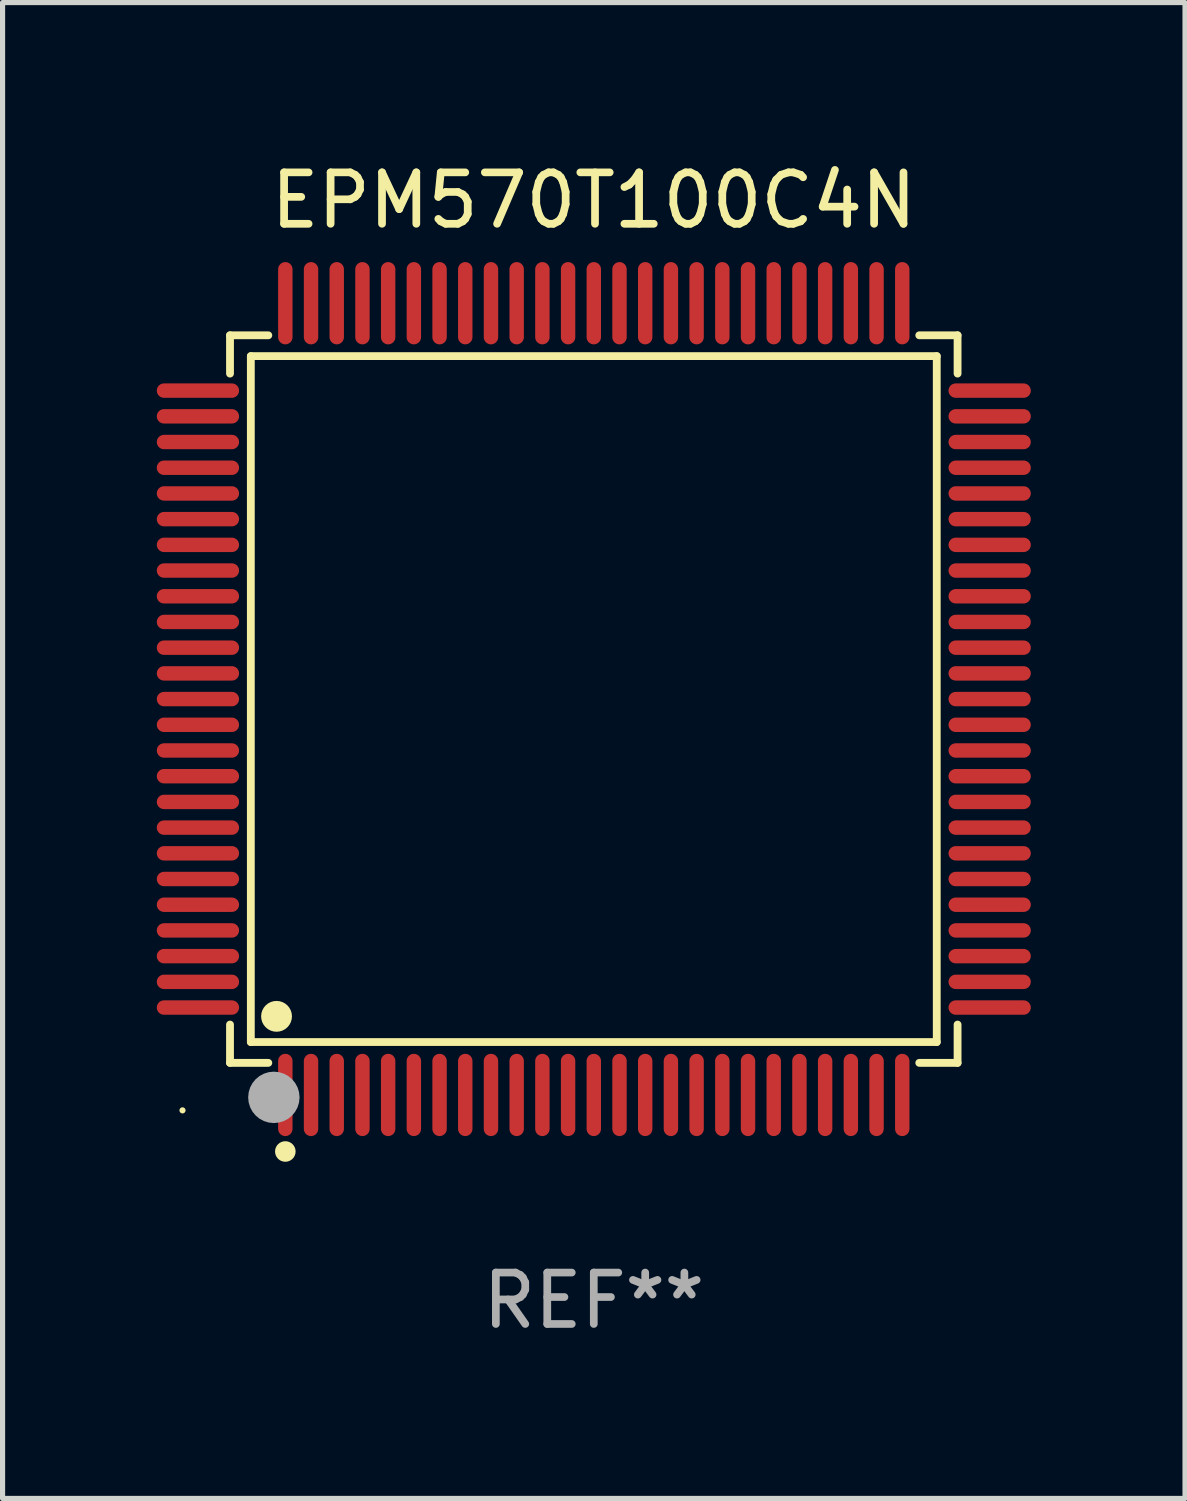
<source format=kicad_pcb>
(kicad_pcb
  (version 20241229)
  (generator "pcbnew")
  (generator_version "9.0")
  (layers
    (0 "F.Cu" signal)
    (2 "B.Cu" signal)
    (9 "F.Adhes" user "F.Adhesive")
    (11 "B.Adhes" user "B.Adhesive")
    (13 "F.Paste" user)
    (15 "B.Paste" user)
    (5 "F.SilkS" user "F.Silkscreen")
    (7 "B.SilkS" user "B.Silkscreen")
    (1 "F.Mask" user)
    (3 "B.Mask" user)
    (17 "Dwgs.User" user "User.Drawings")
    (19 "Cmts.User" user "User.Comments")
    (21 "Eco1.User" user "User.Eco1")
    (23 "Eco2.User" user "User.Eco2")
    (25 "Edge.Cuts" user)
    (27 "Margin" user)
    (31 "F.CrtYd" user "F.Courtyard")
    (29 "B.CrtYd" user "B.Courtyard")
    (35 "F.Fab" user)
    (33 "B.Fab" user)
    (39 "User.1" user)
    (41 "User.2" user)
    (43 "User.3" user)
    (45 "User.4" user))
  (footprint "EPM570T100C4N"
    (layer "F.Cu")
    (at 8.5 10.548)
    (property "Reference" "EPM570T100C4N" (at 0 -9.7 0) (layer "F.SilkS") (effects (font (size 1 1) (thickness 0.15))))
    (attr through_hole)
    (fp_line (start -7.076 -7.076) (end -6.331 -7.076) (stroke (width 0.152) (type solid)) (layer "F.SilkS"))
    (fp_line (start -7.076 -6.331) (end -7.076 -7.076) (stroke (width 0.152) (type solid)) (layer "F.SilkS"))
    (fp_line (start -7.076 6.331) (end -7.076 7.076) (stroke (width 0.152) (type solid)) (layer "F.SilkS"))
    (fp_line (start -7.076 7.076) (end -6.331 7.076) (stroke (width 0.152) (type solid)) (layer "F.SilkS"))
    (fp_line (start -6.671 -6.671) (end 6.671 -6.671) (stroke (width 0.152) (type solid)) (layer "F.SilkS"))
    (fp_line (start -6.671 6.671) (end -6.671 -6.671) (stroke (width 0.152) (type solid)) (layer "F.SilkS"))
    (fp_line (start 6.671 -6.671) (end 6.671 6.671) (stroke (width 0.152) (type solid)) (layer "F.SilkS"))
    (fp_line (start 6.671 6.671) (end -6.671 6.671) (stroke (width 0.152) (type solid)) (layer "F.SilkS"))
    (fp_line (start 7.076 -7.076) (end 6.331 -7.076) (stroke (width 0.152) (type solid)) (layer "F.SilkS"))
    (fp_line (start 7.076 -6.331) (end 7.076 -7.076) (stroke (width 0.152) (type solid)) (layer "F.SilkS"))
    (fp_line (start 7.076 6.331) (end 7.076 7.076) (stroke (width 0.152) (type solid)) (layer "F.SilkS"))
    (fp_line (start 7.076 7.076) (end 6.331 7.076) (stroke (width 0.152) (type solid)) (layer "F.SilkS"))
    (fp_circle (center -8 8) (end -7.97 8) (stroke (width 0.06) (type solid)) (fill no) (layer "F.SilkS"))
    (fp_circle (center -6.171 6.171) (end -6.021 6.171) (stroke (width 0.3) (type solid)) (fill no) (layer "F.SilkS"))
    (fp_circle (center -6 8.8) (end -5.9 8.8) (stroke (width 0.2) (type solid)) (fill no) (layer "F.SilkS"))
    (fp_circle (center -6.223 7.747) (end -5.973 7.747) (stroke (width 0.5) (type solid)) (fill no) (layer "F.Fab"))
    (fp_text user "REF**" (at 0 11.7 0) (layer "F.Fab") (effects (font (size 1 1) (thickness 0.15))))
    (pad "1" smd oval (at -6 7.7) (size 0.28 1.6) (layers "F.Cu" "F.Mask" "F.Paste"))
    (pad "2" smd oval (at -5.5 7.7) (size 0.28 1.6) (layers "F.Cu" "F.Mask" "F.Paste"))
    (pad "3" smd oval (at -5 7.7) (size 0.28 1.6) (layers "F.Cu" "F.Mask" "F.Paste"))
    (pad "4" smd oval (at -4.5 7.7) (size 0.28 1.6) (layers "F.Cu" "F.Mask" "F.Paste"))
    (pad "5" smd oval (at -4 7.7) (size 0.28 1.6) (layers "F.Cu" "F.Mask" "F.Paste"))
    (pad "6" smd oval (at -3.5 7.7) (size 0.28 1.6) (layers "F.Cu" "F.Mask" "F.Paste"))
    (pad "7" smd oval (at -3 7.7) (size 0.28 1.6) (layers "F.Cu" "F.Mask" "F.Paste"))
    (pad "8" smd oval (at -2.5 7.7) (size 0.28 1.6) (layers "F.Cu" "F.Mask" "F.Paste"))
    (pad "9" smd oval (at -2 7.7) (size 0.28 1.6) (layers "F.Cu" "F.Mask" "F.Paste"))
    (pad "10" smd oval (at -1.5 7.7) (size 0.28 1.6) (layers "F.Cu" "F.Mask" "F.Paste"))
    (pad "11" smd oval (at -1 7.7) (size 0.28 1.6) (layers "F.Cu" "F.Mask" "F.Paste"))
    (pad "12" smd oval (at -0.5 7.7) (size 0.28 1.6) (layers "F.Cu" "F.Mask" "F.Paste"))
    (pad "13" smd oval (at 0 7.7) (size 0.28 1.6) (layers "F.Cu" "F.Mask" "F.Paste"))
    (pad "14" smd oval (at 0.5 7.7) (size 0.28 1.6) (layers "F.Cu" "F.Mask" "F.Paste"))
    (pad "15" smd oval (at 1 7.7) (size 0.28 1.6) (layers "F.Cu" "F.Mask" "F.Paste"))
    (pad "16" smd oval (at 1.5 7.7) (size 0.28 1.6) (layers "F.Cu" "F.Mask" "F.Paste"))
    (pad "17" smd oval (at 2 7.7) (size 0.28 1.6) (layers "F.Cu" "F.Mask" "F.Paste"))
    (pad "18" smd oval (at 2.5 7.7) (size 0.28 1.6) (layers "F.Cu" "F.Mask" "F.Paste"))
    (pad "19" smd oval (at 3 7.7) (size 0.28 1.6) (layers "F.Cu" "F.Mask" "F.Paste"))
    (pad "20" smd oval (at 3.5 7.7) (size 0.28 1.6) (layers "F.Cu" "F.Mask" "F.Paste"))
    (pad "21" smd oval (at 4 7.7) (size 0.28 1.6) (layers "F.Cu" "F.Mask" "F.Paste"))
    (pad "22" smd oval (at 4.5 7.7) (size 0.28 1.6) (layers "F.Cu" "F.Mask" "F.Paste"))
    (pad "23" smd oval (at 5 7.7) (size 0.28 1.6) (layers "F.Cu" "F.Mask" "F.Paste"))
    (pad "24" smd oval (at 5.5 7.7) (size 0.28 1.6) (layers "F.Cu" "F.Mask" "F.Paste"))
    (pad "25" smd oval (at 6 7.7) (size 0.28 1.6) (layers "F.Cu" "F.Mask" "F.Paste"))
    (pad "26" smd oval (at 7.7 6) (size 1.6 0.28) (layers "F.Cu" "F.Mask" "F.Paste"))
    (pad "27" smd oval (at 7.7 5.5) (size 1.6 0.28) (layers "F.Cu" "F.Mask" "F.Paste"))
    (pad "28" smd oval (at 7.7 5) (size 1.6 0.28) (layers "F.Cu" "F.Mask" "F.Paste"))
    (pad "29" smd oval (at 7.7 4.5) (size 1.6 0.28) (layers "F.Cu" "F.Mask" "F.Paste"))
    (pad "30" smd oval (at 7.7 4) (size 1.6 0.28) (layers "F.Cu" "F.Mask" "F.Paste"))
    (pad "31" smd oval (at 7.7 3.5) (size 1.6 0.28) (layers "F.Cu" "F.Mask" "F.Paste"))
    (pad "32" smd oval (at 7.7 3) (size 1.6 0.28) (layers "F.Cu" "F.Mask" "F.Paste"))
    (pad "33" smd oval (at 7.7 2.5) (size 1.6 0.28) (layers "F.Cu" "F.Mask" "F.Paste"))
    (pad "34" smd oval (at 7.7 2) (size 1.6 0.28) (layers "F.Cu" "F.Mask" "F.Paste"))
    (pad "35" smd oval (at 7.7 1.5) (size 1.6 0.28) (layers "F.Cu" "F.Mask" "F.Paste"))
    (pad "36" smd oval (at 7.7 1) (size 1.6 0.28) (layers "F.Cu" "F.Mask" "F.Paste"))
    (pad "37" smd oval (at 7.7 0.5) (size 1.6 0.28) (layers "F.Cu" "F.Mask" "F.Paste"))
    (pad "38" smd oval (at 7.7 0) (size 1.6 0.28) (layers "F.Cu" "F.Mask" "F.Paste"))
    (pad "39" smd oval (at 7.7 -0.5) (size 1.6 0.28) (layers "F.Cu" "F.Mask" "F.Paste"))
    (pad "40" smd oval (at 7.7 -1) (size 1.6 0.28) (layers "F.Cu" "F.Mask" "F.Paste"))
    (pad "41" smd oval (at 7.7 -1.5) (size 1.6 0.28) (layers "F.Cu" "F.Mask" "F.Paste"))
    (pad "42" smd oval (at 7.7 -2) (size 1.6 0.28) (layers "F.Cu" "F.Mask" "F.Paste"))
    (pad "43" smd oval (at 7.7 -2.5) (size 1.6 0.28) (layers "F.Cu" "F.Mask" "F.Paste"))
    (pad "44" smd oval (at 7.7 -3) (size 1.6 0.28) (layers "F.Cu" "F.Mask" "F.Paste"))
    (pad "45" smd oval (at 7.7 -3.5) (size 1.6 0.28) (layers "F.Cu" "F.Mask" "F.Paste"))
    (pad "46" smd oval (at 7.7 -4) (size 1.6 0.28) (layers "F.Cu" "F.Mask" "F.Paste"))
    (pad "47" smd oval (at 7.7 -4.5) (size 1.6 0.28) (layers "F.Cu" "F.Mask" "F.Paste"))
    (pad "48" smd oval (at 7.7 -5) (size 1.6 0.28) (layers "F.Cu" "F.Mask" "F.Paste"))
    (pad "49" smd oval (at 7.7 -5.5) (size 1.6 0.28) (layers "F.Cu" "F.Mask" "F.Paste"))
    (pad "50" smd oval (at 7.7 -6) (size 1.6 0.28) (layers "F.Cu" "F.Mask" "F.Paste"))
    (pad "51" smd oval (at 6 -7.7) (size 0.28 1.6) (layers "F.Cu" "F.Mask" "F.Paste"))
    (pad "52" smd oval (at 5.5 -7.7) (size 0.28 1.6) (layers "F.Cu" "F.Mask" "F.Paste"))
    (pad "53" smd oval (at 5 -7.7) (size 0.28 1.6) (layers "F.Cu" "F.Mask" "F.Paste"))
    (pad "54" smd oval (at 4.5 -7.7) (size 0.28 1.6) (layers "F.Cu" "F.Mask" "F.Paste"))
    (pad "55" smd oval (at 4 -7.7) (size 0.28 1.6) (layers "F.Cu" "F.Mask" "F.Paste"))
    (pad "56" smd oval (at 3.5 -7.7) (size 0.28 1.6) (layers "F.Cu" "F.Mask" "F.Paste"))
    (pad "57" smd oval (at 3 -7.7) (size 0.28 1.6) (layers "F.Cu" "F.Mask" "F.Paste"))
    (pad "58" smd oval (at 2.5 -7.7) (size 0.28 1.6) (layers "F.Cu" "F.Mask" "F.Paste"))
    (pad "59" smd oval (at 2 -7.7) (size 0.28 1.6) (layers "F.Cu" "F.Mask" "F.Paste"))
    (pad "60" smd oval (at 1.5 -7.7) (size 0.28 1.6) (layers "F.Cu" "F.Mask" "F.Paste"))
    (pad "61" smd oval (at 1 -7.7) (size 0.28 1.6) (layers "F.Cu" "F.Mask" "F.Paste"))
    (pad "62" smd oval (at 0.5 -7.7) (size 0.28 1.6) (layers "F.Cu" "F.Mask" "F.Paste"))
    (pad "63" smd oval (at 0 -7.7) (size 0.28 1.6) (layers "F.Cu" "F.Mask" "F.Paste"))
    (pad "64" smd oval (at -0.5 -7.7) (size 0.28 1.6) (layers "F.Cu" "F.Mask" "F.Paste"))
    (pad "65" smd oval (at -1 -7.7) (size 0.28 1.6) (layers "F.Cu" "F.Mask" "F.Paste"))
    (pad "66" smd oval (at -1.5 -7.7) (size 0.28 1.6) (layers "F.Cu" "F.Mask" "F.Paste"))
    (pad "67" smd oval (at -2 -7.7) (size 0.28 1.6) (layers "F.Cu" "F.Mask" "F.Paste"))
    (pad "68" smd oval (at -2.5 -7.7) (size 0.28 1.6) (layers "F.Cu" "F.Mask" "F.Paste"))
    (pad "69" smd oval (at -3 -7.7) (size 0.28 1.6) (layers "F.Cu" "F.Mask" "F.Paste"))
    (pad "70" smd oval (at -3.5 -7.7) (size 0.28 1.6) (layers "F.Cu" "F.Mask" "F.Paste"))
    (pad "71" smd oval (at -4 -7.7) (size 0.28 1.6) (layers "F.Cu" "F.Mask" "F.Paste"))
    (pad "72" smd oval (at -4.5 -7.7) (size 0.28 1.6) (layers "F.Cu" "F.Mask" "F.Paste"))
    (pad "73" smd oval (at -5 -7.7) (size 0.28 1.6) (layers "F.Cu" "F.Mask" "F.Paste"))
    (pad "74" smd oval (at -5.5 -7.7) (size 0.28 1.6) (layers "F.Cu" "F.Mask" "F.Paste"))
    (pad "75" smd oval (at -6 -7.7) (size 0.28 1.6) (layers "F.Cu" "F.Mask" "F.Paste"))
    (pad "76" smd oval (at -7.7 -6) (size 1.6 0.28) (layers "F.Cu" "F.Mask" "F.Paste"))
    (pad "77" smd oval (at -7.7 -5.5) (size 1.6 0.28) (layers "F.Cu" "F.Mask" "F.Paste"))
    (pad "78" smd oval (at -7.7 -5) (size 1.6 0.28) (layers "F.Cu" "F.Mask" "F.Paste"))
    (pad "79" smd oval (at -7.7 -4.5) (size 1.6 0.28) (layers "F.Cu" "F.Mask" "F.Paste"))
    (pad "80" smd oval (at -7.7 -4) (size 1.6 0.28) (layers "F.Cu" "F.Mask" "F.Paste"))
    (pad "81" smd oval (at -7.7 -3.5) (size 1.6 0.28) (layers "F.Cu" "F.Mask" "F.Paste"))
    (pad "82" smd oval (at -7.7 -3) (size 1.6 0.28) (layers "F.Cu" "F.Mask" "F.Paste"))
    (pad "83" smd oval (at -7.7 -2.5) (size 1.6 0.28) (layers "F.Cu" "F.Mask" "F.Paste"))
    (pad "84" smd oval (at -7.7 -2) (size 1.6 0.28) (layers "F.Cu" "F.Mask" "F.Paste"))
    (pad "85" smd oval (at -7.7 -1.5) (size 1.6 0.28) (layers "F.Cu" "F.Mask" "F.Paste"))
    (pad "86" smd oval (at -7.7 -1) (size 1.6 0.28) (layers "F.Cu" "F.Mask" "F.Paste"))
    (pad "87" smd oval (at -7.7 -0.5) (size 1.6 0.28) (layers "F.Cu" "F.Mask" "F.Paste"))
    (pad "88" smd oval (at -7.7 0) (size 1.6 0.28) (layers "F.Cu" "F.Mask" "F.Paste"))
    (pad "89" smd oval (at -7.7 0.5) (size 1.6 0.28) (layers "F.Cu" "F.Mask" "F.Paste"))
    (pad "90" smd oval (at -7.7 1) (size 1.6 0.28) (layers "F.Cu" "F.Mask" "F.Paste"))
    (pad "91" smd oval (at -7.7 1.5) (size 1.6 0.28) (layers "F.Cu" "F.Mask" "F.Paste"))
    (pad "92" smd oval (at -7.7 2) (size 1.6 0.28) (layers "F.Cu" "F.Mask" "F.Paste"))
    (pad "93" smd oval (at -7.7 2.5) (size 1.6 0.28) (layers "F.Cu" "F.Mask" "F.Paste"))
    (pad "94" smd oval (at -7.7 3) (size 1.6 0.28) (layers "F.Cu" "F.Mask" "F.Paste"))
    (pad "95" smd oval (at -7.7 3.5) (size 1.6 0.28) (layers "F.Cu" "F.Mask" "F.Paste"))
    (pad "96" smd oval (at -7.7 4) (size 1.6 0.28) (layers "F.Cu" "F.Mask" "F.Paste"))
    (pad "97" smd oval (at -7.7 4.5) (size 1.6 0.28) (layers "F.Cu" "F.Mask" "F.Paste"))
    (pad "98" smd oval (at -7.7 5) (size 1.6 0.28) (layers "F.Cu" "F.Mask" "F.Paste"))
    (pad "99" smd oval (at -7.7 5.5) (size 1.6 0.28) (layers "F.Cu" "F.Mask" "F.Paste"))
    (pad "100" smd oval (at -7.7 6) (size 1.6 0.28) (layers "F.Cu" "F.Mask" "F.Paste")))
  (gr_rect
    (start -3 -3)
    (end 20 26.097)
    (stroke (width 0.1) (type default))
    (fill no)
    (layer "Edge.Cuts")))
</source>
